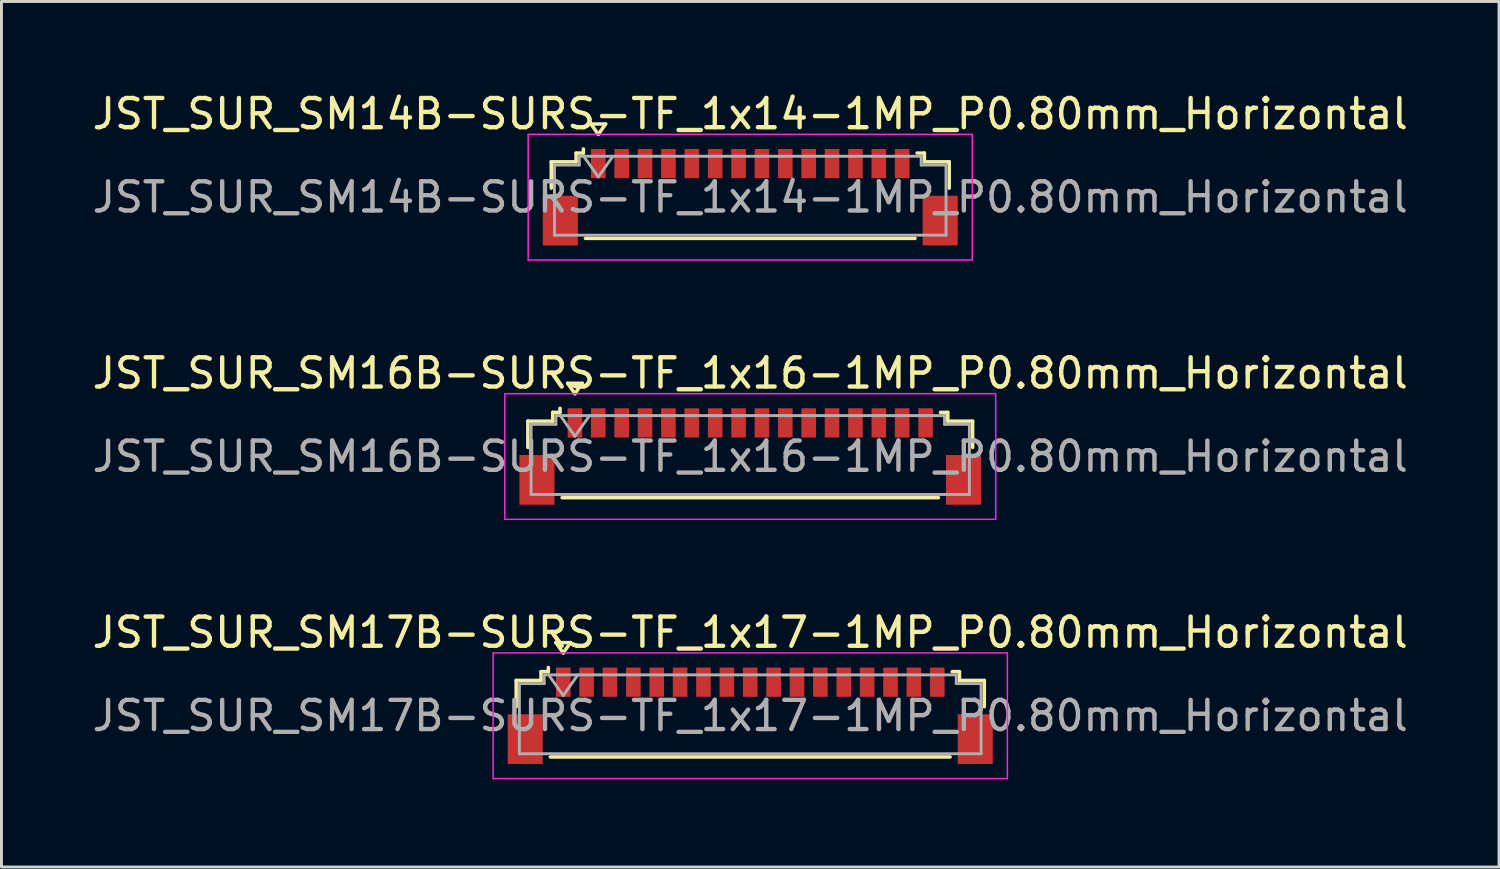
<source format=kicad_pcb>
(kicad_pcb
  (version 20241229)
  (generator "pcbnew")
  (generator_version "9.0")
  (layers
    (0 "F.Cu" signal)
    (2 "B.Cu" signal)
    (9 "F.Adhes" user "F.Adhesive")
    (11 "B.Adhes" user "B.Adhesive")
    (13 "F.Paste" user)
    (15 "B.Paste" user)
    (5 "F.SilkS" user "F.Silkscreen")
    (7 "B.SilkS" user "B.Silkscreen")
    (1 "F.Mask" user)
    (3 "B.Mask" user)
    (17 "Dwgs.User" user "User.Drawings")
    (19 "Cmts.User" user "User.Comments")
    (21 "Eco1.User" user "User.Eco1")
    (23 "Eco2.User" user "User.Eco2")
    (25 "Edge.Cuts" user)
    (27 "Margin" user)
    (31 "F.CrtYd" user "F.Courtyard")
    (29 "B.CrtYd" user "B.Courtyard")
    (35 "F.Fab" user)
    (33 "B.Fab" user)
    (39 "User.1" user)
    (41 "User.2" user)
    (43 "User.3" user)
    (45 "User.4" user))
  (footprint "JST_SUR_SM17B-SURS-TF_1x17-1MP_P0.80mm_Horizontal"
    (layer "F.Cu")
    (at 22.625 21.445)
    (property "Reference" "JST_SUR_SM17B-SURS-TF_1x17-1MP_P0.80mm_Horizontal" (at 0 -2.85 0) (layer "F.SilkS") (effects (font (size 1 1) (thickness 0.15))))
    (attr smd)
    (fp_line (start -8.01 -1.21) (end -7.16 -1.21) (stroke (width 0.12) (type solid)) (layer "F.SilkS"))
    (fp_line (start -8.01 -0.31) (end -8.01 -1.21) (stroke (width 0.12) (type solid)) (layer "F.SilkS"))
    (fp_line (start -7.16 -1.51) (end -6.91 -1.51) (stroke (width 0.12) (type solid)) (layer "F.SilkS"))
    (fp_line (start -7.16 -1.21) (end -7.16 -1.51) (stroke (width 0.12) (type solid)) (layer "F.SilkS"))
    (fp_line (start -6.91 -1.51) (end -6.91 -1.65) (stroke (width 0.12) (type solid)) (layer "F.SilkS"))
    (fp_line (start -6.84 1.41) (end 6.84 1.41) (stroke (width 0.12) (type solid)) (layer "F.SilkS"))
    (fp_line (start -6.65 -2.504) (end -6.4 -2.15) (stroke (width 0.12) (type solid)) (layer "F.SilkS"))
    (fp_line (start -6.4 -2.15) (end -6.15 -2.504) (stroke (width 0.12) (type solid)) (layer "F.SilkS"))
    (fp_line (start -6.15 -2.504) (end -6.65 -2.504) (stroke (width 0.12) (type solid)) (layer "F.SilkS"))
    (fp_line (start 7.16 -1.51) (end 6.91 -1.51) (stroke (width 0.12) (type solid)) (layer "F.SilkS"))
    (fp_line (start 7.16 -1.21) (end 7.16 -1.51) (stroke (width 0.12) (type solid)) (layer "F.SilkS"))
    (fp_line (start 8.01 -1.21) (end 7.16 -1.21) (stroke (width 0.12) (type solid)) (layer "F.SilkS"))
    (fp_line (start 8.01 -0.31) (end 8.01 -1.21) (stroke (width 0.12) (type solid)) (layer "F.SilkS"))
    (fp_line (start -8.8 -2.15) (end -8.8 2.15) (stroke (width 0.05) (type solid)) (layer "F.CrtYd"))
    (fp_line (start -8.8 2.15) (end 8.8 2.15) (stroke (width 0.05) (type solid)) (layer "F.CrtYd"))
    (fp_line (start 8.8 -2.15) (end -8.8 -2.15) (stroke (width 0.05) (type solid)) (layer "F.CrtYd"))
    (fp_line (start 8.8 2.15) (end 8.8 -2.15) (stroke (width 0.05) (type solid)) (layer "F.CrtYd"))
    (fp_line (start -7.9 -1.1) (end -7.9 1.3) (stroke (width 0.1) (type solid)) (layer "F.Fab"))
    (fp_line (start -7.9 -1.1) (end -7.05 -1.1) (stroke (width 0.1) (type solid)) (layer "F.Fab"))
    (fp_line (start -7.9 1.3) (end 7.9 1.3) (stroke (width 0.1) (type solid)) (layer "F.Fab"))
    (fp_line (start -7.05 -1.4) (end 7.05 -1.4) (stroke (width 0.1) (type solid)) (layer "F.Fab"))
    (fp_line (start -7.05 -1.1) (end -7.05 -1.4) (stroke (width 0.1) (type solid)) (layer "F.Fab"))
    (fp_line (start -6.9 -1.4) (end -6.4 -0.693) (stroke (width 0.1) (type solid)) (layer "F.Fab"))
    (fp_line (start -6.4 -0.693) (end -5.9 -1.4) (stroke (width 0.1) (type solid)) (layer "F.Fab"))
    (fp_line (start 7.05 -1.4) (end 7.05 -1.1) (stroke (width 0.1) (type solid)) (layer "F.Fab"))
    (fp_line (start 7.05 -1.1) (end 7.9 -1.1) (stroke (width 0.1) (type solid)) (layer "F.Fab"))
    (fp_line (start 7.9 -1.1) (end 7.9 1.3) (stroke (width 0.1) (type solid)) (layer "F.Fab"))
    (fp_text user "${REFERENCE}" (at 0 0 0) (layer "F.Fab") (effects (font (size 1 1) (thickness 0.15))))
    (pad "1" smd rect (at -6.4 -1.15) (size 0.5 1) (layers "F.Cu" "F.Mask" "F.Paste"))
    (pad "2" smd rect (at -5.6 -1.15) (size 0.5 1) (layers "F.Cu" "F.Mask" "F.Paste"))
    (pad "3" smd rect (at -4.8 -1.15) (size 0.5 1) (layers "F.Cu" "F.Mask" "F.Paste"))
    (pad "4" smd rect (at -4 -1.15) (size 0.5 1) (layers "F.Cu" "F.Mask" "F.Paste"))
    (pad "5" smd rect (at -3.2 -1.15) (size 0.5 1) (layers "F.Cu" "F.Mask" "F.Paste"))
    (pad "6" smd rect (at -2.4 -1.15) (size 0.5 1) (layers "F.Cu" "F.Mask" "F.Paste"))
    (pad "7" smd rect (at -1.6 -1.15) (size 0.5 1) (layers "F.Cu" "F.Mask" "F.Paste"))
    (pad "8" smd rect (at -0.8 -1.15) (size 0.5 1) (layers "F.Cu" "F.Mask" "F.Paste"))
    (pad "9" smd rect (at 0 -1.15) (size 0.5 1) (layers "F.Cu" "F.Mask" "F.Paste"))
    (pad "10" smd rect (at 0.8 -1.15) (size 0.5 1) (layers "F.Cu" "F.Mask" "F.Paste"))
    (pad "11" smd rect (at 1.6 -1.15) (size 0.5 1) (layers "F.Cu" "F.Mask" "F.Paste"))
    (pad "12" smd rect (at 2.4 -1.15) (size 0.5 1) (layers "F.Cu" "F.Mask" "F.Paste"))
    (pad "13" smd rect (at 3.2 -1.15) (size 0.5 1) (layers "F.Cu" "F.Mask" "F.Paste"))
    (pad "14" smd rect (at 4 -1.15) (size 0.5 1) (layers "F.Cu" "F.Mask" "F.Paste"))
    (pad "15" smd rect (at 4.8 -1.15) (size 0.5 1) (layers "F.Cu" "F.Mask" "F.Paste"))
    (pad "16" smd rect (at 5.6 -1.15) (size 0.5 1) (layers "F.Cu" "F.Mask" "F.Paste"))
    (pad "17" smd rect (at 6.4 -1.15) (size 0.5 1) (layers "F.Cu" "F.Mask" "F.Paste"))
    (pad "MP" smd rect (at -7.7 0.8) (size 1.2 1.7) (layers "F.Cu" "F.Mask" "F.Paste"))
    (pad "MP" smd rect (at 7.7 0.8) (size 1.2 1.7) (layers "F.Cu" "F.Mask" "F.Paste")))
  (footprint "JST_SUR_SM14B-SURS-TF_1x14-1MP_P0.80mm_Horizontal"
    (layer "F.Cu")
    (at 22.625 3.698)
    (property "Reference" "JST_SUR_SM14B-SURS-TF_1x14-1MP_P0.80mm_Horizontal" (at 0 -2.85 0) (layer "F.SilkS") (effects (font (size 1 1) (thickness 0.15))))
    (attr smd)
    (fp_line (start -6.81 -1.21) (end -5.96 -1.21) (stroke (width 0.12) (type solid)) (layer "F.SilkS"))
    (fp_line (start -6.81 -0.31) (end -6.81 -1.21) (stroke (width 0.12) (type solid)) (layer "F.SilkS"))
    (fp_line (start -5.96 -1.51) (end -5.71 -1.51) (stroke (width 0.12) (type solid)) (layer "F.SilkS"))
    (fp_line (start -5.96 -1.21) (end -5.96 -1.51) (stroke (width 0.12) (type solid)) (layer "F.SilkS"))
    (fp_line (start -5.71 -1.51) (end -5.71 -1.65) (stroke (width 0.12) (type solid)) (layer "F.SilkS"))
    (fp_line (start -5.64 1.41) (end 5.64 1.41) (stroke (width 0.12) (type solid)) (layer "F.SilkS"))
    (fp_line (start -5.45 -2.504) (end -5.2 -2.15) (stroke (width 0.12) (type solid)) (layer "F.SilkS"))
    (fp_line (start -5.2 -2.15) (end -4.95 -2.504) (stroke (width 0.12) (type solid)) (layer "F.SilkS"))
    (fp_line (start -4.95 -2.504) (end -5.45 -2.504) (stroke (width 0.12) (type solid)) (layer "F.SilkS"))
    (fp_line (start 5.96 -1.51) (end 5.71 -1.51) (stroke (width 0.12) (type solid)) (layer "F.SilkS"))
    (fp_line (start 5.96 -1.21) (end 5.96 -1.51) (stroke (width 0.12) (type solid)) (layer "F.SilkS"))
    (fp_line (start 6.81 -1.21) (end 5.96 -1.21) (stroke (width 0.12) (type solid)) (layer "F.SilkS"))
    (fp_line (start 6.81 -0.31) (end 6.81 -1.21) (stroke (width 0.12) (type solid)) (layer "F.SilkS"))
    (fp_line (start -7.6 -2.15) (end -7.6 2.15) (stroke (width 0.05) (type solid)) (layer "F.CrtYd"))
    (fp_line (start -7.6 2.15) (end 7.6 2.15) (stroke (width 0.05) (type solid)) (layer "F.CrtYd"))
    (fp_line (start 7.6 -2.15) (end -7.6 -2.15) (stroke (width 0.05) (type solid)) (layer "F.CrtYd"))
    (fp_line (start 7.6 2.15) (end 7.6 -2.15) (stroke (width 0.05) (type solid)) (layer "F.CrtYd"))
    (fp_line (start -6.7 -1.1) (end -6.7 1.3) (stroke (width 0.1) (type solid)) (layer "F.Fab"))
    (fp_line (start -6.7 -1.1) (end -5.85 -1.1) (stroke (width 0.1) (type solid)) (layer "F.Fab"))
    (fp_line (start -6.7 1.3) (end 6.7 1.3) (stroke (width 0.1) (type solid)) (layer "F.Fab"))
    (fp_line (start -5.85 -1.4) (end 5.85 -1.4) (stroke (width 0.1) (type solid)) (layer "F.Fab"))
    (fp_line (start -5.85 -1.1) (end -5.85 -1.4) (stroke (width 0.1) (type solid)) (layer "F.Fab"))
    (fp_line (start -5.7 -1.4) (end -5.2 -0.693) (stroke (width 0.1) (type solid)) (layer "F.Fab"))
    (fp_line (start -5.2 -0.693) (end -4.7 -1.4) (stroke (width 0.1) (type solid)) (layer "F.Fab"))
    (fp_line (start 5.85 -1.4) (end 5.85 -1.1) (stroke (width 0.1) (type solid)) (layer "F.Fab"))
    (fp_line (start 5.85 -1.1) (end 6.7 -1.1) (stroke (width 0.1) (type solid)) (layer "F.Fab"))
    (fp_line (start 6.7 -1.1) (end 6.7 1.3) (stroke (width 0.1) (type solid)) (layer "F.Fab"))
    (fp_text user "${REFERENCE}" (at 0 0 0) (layer "F.Fab") (effects (font (size 1 1) (thickness 0.15))))
    (pad "1" smd rect (at -5.2 -1.15) (size 0.5 1) (layers "F.Cu" "F.Mask" "F.Paste"))
    (pad "2" smd rect (at -4.4 -1.15) (size 0.5 1) (layers "F.Cu" "F.Mask" "F.Paste"))
    (pad "3" smd rect (at -3.6 -1.15) (size 0.5 1) (layers "F.Cu" "F.Mask" "F.Paste"))
    (pad "4" smd rect (at -2.8 -1.15) (size 0.5 1) (layers "F.Cu" "F.Mask" "F.Paste"))
    (pad "5" smd rect (at -2 -1.15) (size 0.5 1) (layers "F.Cu" "F.Mask" "F.Paste"))
    (pad "6" smd rect (at -1.2 -1.15) (size 0.5 1) (layers "F.Cu" "F.Mask" "F.Paste"))
    (pad "7" smd rect (at -0.4 -1.15) (size 0.5 1) (layers "F.Cu" "F.Mask" "F.Paste"))
    (pad "8" smd rect (at 0.4 -1.15) (size 0.5 1) (layers "F.Cu" "F.Mask" "F.Paste"))
    (pad "9" smd rect (at 1.2 -1.15) (size 0.5 1) (layers "F.Cu" "F.Mask" "F.Paste"))
    (pad "10" smd rect (at 2 -1.15) (size 0.5 1) (layers "F.Cu" "F.Mask" "F.Paste"))
    (pad "11" smd rect (at 2.8 -1.15) (size 0.5 1) (layers "F.Cu" "F.Mask" "F.Paste"))
    (pad "12" smd rect (at 3.6 -1.15) (size 0.5 1) (layers "F.Cu" "F.Mask" "F.Paste"))
    (pad "13" smd rect (at 4.4 -1.15) (size 0.5 1) (layers "F.Cu" "F.Mask" "F.Paste"))
    (pad "14" smd rect (at 5.2 -1.15) (size 0.5 1) (layers "F.Cu" "F.Mask" "F.Paste"))
    (pad "MP" smd rect (at -6.5 0.8) (size 1.2 1.7) (layers "F.Cu" "F.Mask" "F.Paste"))
    (pad "MP" smd rect (at 6.5 0.8) (size 1.2 1.7) (layers "F.Cu" "F.Mask" "F.Paste")))
  (footprint "JST_SUR_SM16B-SURS-TF_1x16-1MP_P0.80mm_Horizontal"
    (layer "F.Cu")
    (at 22.625 12.572)
    (property "Reference" "JST_SUR_SM16B-SURS-TF_1x16-1MP_P0.80mm_Horizontal" (at 0 -2.85 0) (layer "F.SilkS") (effects (font (size 1 1) (thickness 0.15))))
    (attr smd)
    (fp_line (start -7.61 -1.21) (end -6.76 -1.21) (stroke (width 0.12) (type solid)) (layer "F.SilkS"))
    (fp_line (start -7.61 -0.31) (end -7.61 -1.21) (stroke (width 0.12) (type solid)) (layer "F.SilkS"))
    (fp_line (start -6.76 -1.51) (end -6.51 -1.51) (stroke (width 0.12) (type solid)) (layer "F.SilkS"))
    (fp_line (start -6.76 -1.21) (end -6.76 -1.51) (stroke (width 0.12) (type solid)) (layer "F.SilkS"))
    (fp_line (start -6.51 -1.51) (end -6.51 -1.65) (stroke (width 0.12) (type solid)) (layer "F.SilkS"))
    (fp_line (start -6.44 1.41) (end 6.44 1.41) (stroke (width 0.12) (type solid)) (layer "F.SilkS"))
    (fp_line (start -6.25 -2.504) (end -6 -2.15) (stroke (width 0.12) (type solid)) (layer "F.SilkS"))
    (fp_line (start -6 -2.15) (end -5.75 -2.504) (stroke (width 0.12) (type solid)) (layer "F.SilkS"))
    (fp_line (start -5.75 -2.504) (end -6.25 -2.504) (stroke (width 0.12) (type solid)) (layer "F.SilkS"))
    (fp_line (start 6.76 -1.51) (end 6.51 -1.51) (stroke (width 0.12) (type solid)) (layer "F.SilkS"))
    (fp_line (start 6.76 -1.21) (end 6.76 -1.51) (stroke (width 0.12) (type solid)) (layer "F.SilkS"))
    (fp_line (start 7.61 -1.21) (end 6.76 -1.21) (stroke (width 0.12) (type solid)) (layer "F.SilkS"))
    (fp_line (start 7.61 -0.31) (end 7.61 -1.21) (stroke (width 0.12) (type solid)) (layer "F.SilkS"))
    (fp_line (start -8.4 -2.15) (end -8.4 2.15) (stroke (width 0.05) (type solid)) (layer "F.CrtYd"))
    (fp_line (start -8.4 2.15) (end 8.4 2.15) (stroke (width 0.05) (type solid)) (layer "F.CrtYd"))
    (fp_line (start 8.4 -2.15) (end -8.4 -2.15) (stroke (width 0.05) (type solid)) (layer "F.CrtYd"))
    (fp_line (start 8.4 2.15) (end 8.4 -2.15) (stroke (width 0.05) (type solid)) (layer "F.CrtYd"))
    (fp_line (start -7.5 -1.1) (end -7.5 1.3) (stroke (width 0.1) (type solid)) (layer "F.Fab"))
    (fp_line (start -7.5 -1.1) (end -6.65 -1.1) (stroke (width 0.1) (type solid)) (layer "F.Fab"))
    (fp_line (start -7.5 1.3) (end 7.5 1.3) (stroke (width 0.1) (type solid)) (layer "F.Fab"))
    (fp_line (start -6.65 -1.4) (end 6.65 -1.4) (stroke (width 0.1) (type solid)) (layer "F.Fab"))
    (fp_line (start -6.65 -1.1) (end -6.65 -1.4) (stroke (width 0.1) (type solid)) (layer "F.Fab"))
    (fp_line (start -6.5 -1.4) (end -6 -0.693) (stroke (width 0.1) (type solid)) (layer "F.Fab"))
    (fp_line (start -6 -0.693) (end -5.5 -1.4) (stroke (width 0.1) (type solid)) (layer "F.Fab"))
    (fp_line (start 6.65 -1.4) (end 6.65 -1.1) (stroke (width 0.1) (type solid)) (layer "F.Fab"))
    (fp_line (start 6.65 -1.1) (end 7.5 -1.1) (stroke (width 0.1) (type solid)) (layer "F.Fab"))
    (fp_line (start 7.5 -1.1) (end 7.5 1.3) (stroke (width 0.1) (type solid)) (layer "F.Fab"))
    (fp_text user "${REFERENCE}" (at 0 0 0) (layer "F.Fab") (effects (font (size 1 1) (thickness 0.15))))
    (pad "1" smd rect (at -6 -1.15) (size 0.5 1) (layers "F.Cu" "F.Mask" "F.Paste"))
    (pad "2" smd rect (at -5.2 -1.15) (size 0.5 1) (layers "F.Cu" "F.Mask" "F.Paste"))
    (pad "3" smd rect (at -4.4 -1.15) (size 0.5 1) (layers "F.Cu" "F.Mask" "F.Paste"))
    (pad "4" smd rect (at -3.6 -1.15) (size 0.5 1) (layers "F.Cu" "F.Mask" "F.Paste"))
    (pad "5" smd rect (at -2.8 -1.15) (size 0.5 1) (layers "F.Cu" "F.Mask" "F.Paste"))
    (pad "6" smd rect (at -2 -1.15) (size 0.5 1) (layers "F.Cu" "F.Mask" "F.Paste"))
    (pad "7" smd rect (at -1.2 -1.15) (size 0.5 1) (layers "F.Cu" "F.Mask" "F.Paste"))
    (pad "8" smd rect (at -0.4 -1.15) (size 0.5 1) (layers "F.Cu" "F.Mask" "F.Paste"))
    (pad "9" smd rect (at 0.4 -1.15) (size 0.5 1) (layers "F.Cu" "F.Mask" "F.Paste"))
    (pad "10" smd rect (at 1.2 -1.15) (size 0.5 1) (layers "F.Cu" "F.Mask" "F.Paste"))
    (pad "11" smd rect (at 2 -1.15) (size 0.5 1) (layers "F.Cu" "F.Mask" "F.Paste"))
    (pad "12" smd rect (at 2.8 -1.15) (size 0.5 1) (layers "F.Cu" "F.Mask" "F.Paste"))
    (pad "13" smd rect (at 3.6 -1.15) (size 0.5 1) (layers "F.Cu" "F.Mask" "F.Paste"))
    (pad "14" smd rect (at 4.4 -1.15) (size 0.5 1) (layers "F.Cu" "F.Mask" "F.Paste"))
    (pad "15" smd rect (at 5.2 -1.15) (size 0.5 1) (layers "F.Cu" "F.Mask" "F.Paste"))
    (pad "16" smd rect (at 6 -1.15) (size 0.5 1) (layers "F.Cu" "F.Mask" "F.Paste"))
    (pad "MP" smd rect (at -7.3 0.8) (size 1.2 1.7) (layers "F.Cu" "F.Mask" "F.Paste"))
    (pad "MP" smd rect (at 7.3 0.8) (size 1.2 1.7) (layers "F.Cu" "F.Mask" "F.Paste")))
  (gr_rect
    (start -3 -3)
    (end 48.25 26.62)
    (stroke (width 0.1) (type default))
    (fill no)
    (layer "Edge.Cuts")))
</source>
